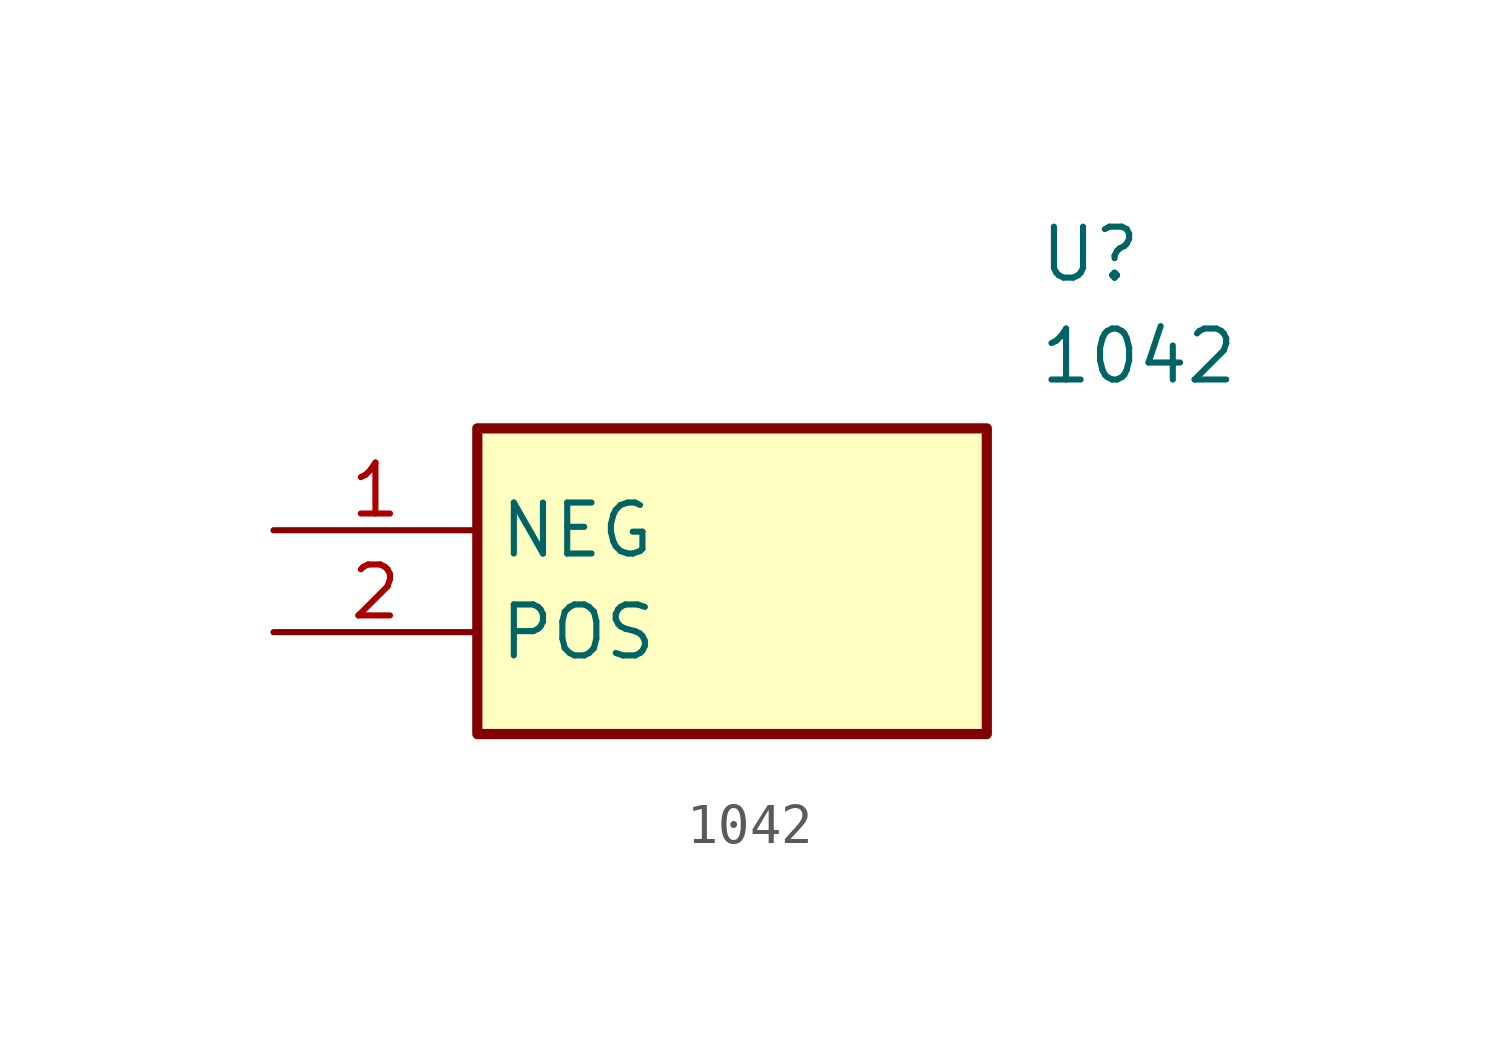
<source format=kicad_sym>
(kicad_symbol_lib
  (version 20211014)
  (generator SamacSys_ECAD_Model)
  (symbol "1042"
    (property "Reference" "U"
      (at 19.05 7.62 0)
      (effects (font (size 1.27 1.27)) (justify left top)))
    (property "Value" "1042"
      (at 19.05 5.08 0)
      (effects (font (size 1.27 1.27)) (justify left top)))
    (rectangle
      (start 5.08 2.54)
      (end 17.78 -5.08)
      (stroke (width 0.254) (type default))
      (fill (type background)))
    (pin passive line
      (at 0 0 0)
      (length 5.08)
      (name "NEG" (effects (font (size 1.27 1.27))))
      (number "1" (effects (font (size 1.27 1.27)))))
    (pin passive line
      (at 0 -2.54 0)
      (length 5.08)
      (name "POS" (effects (font (size 1.27 1.27))))
      (number "2" (effects (font (size 1.27 1.27)))))))
</source>
